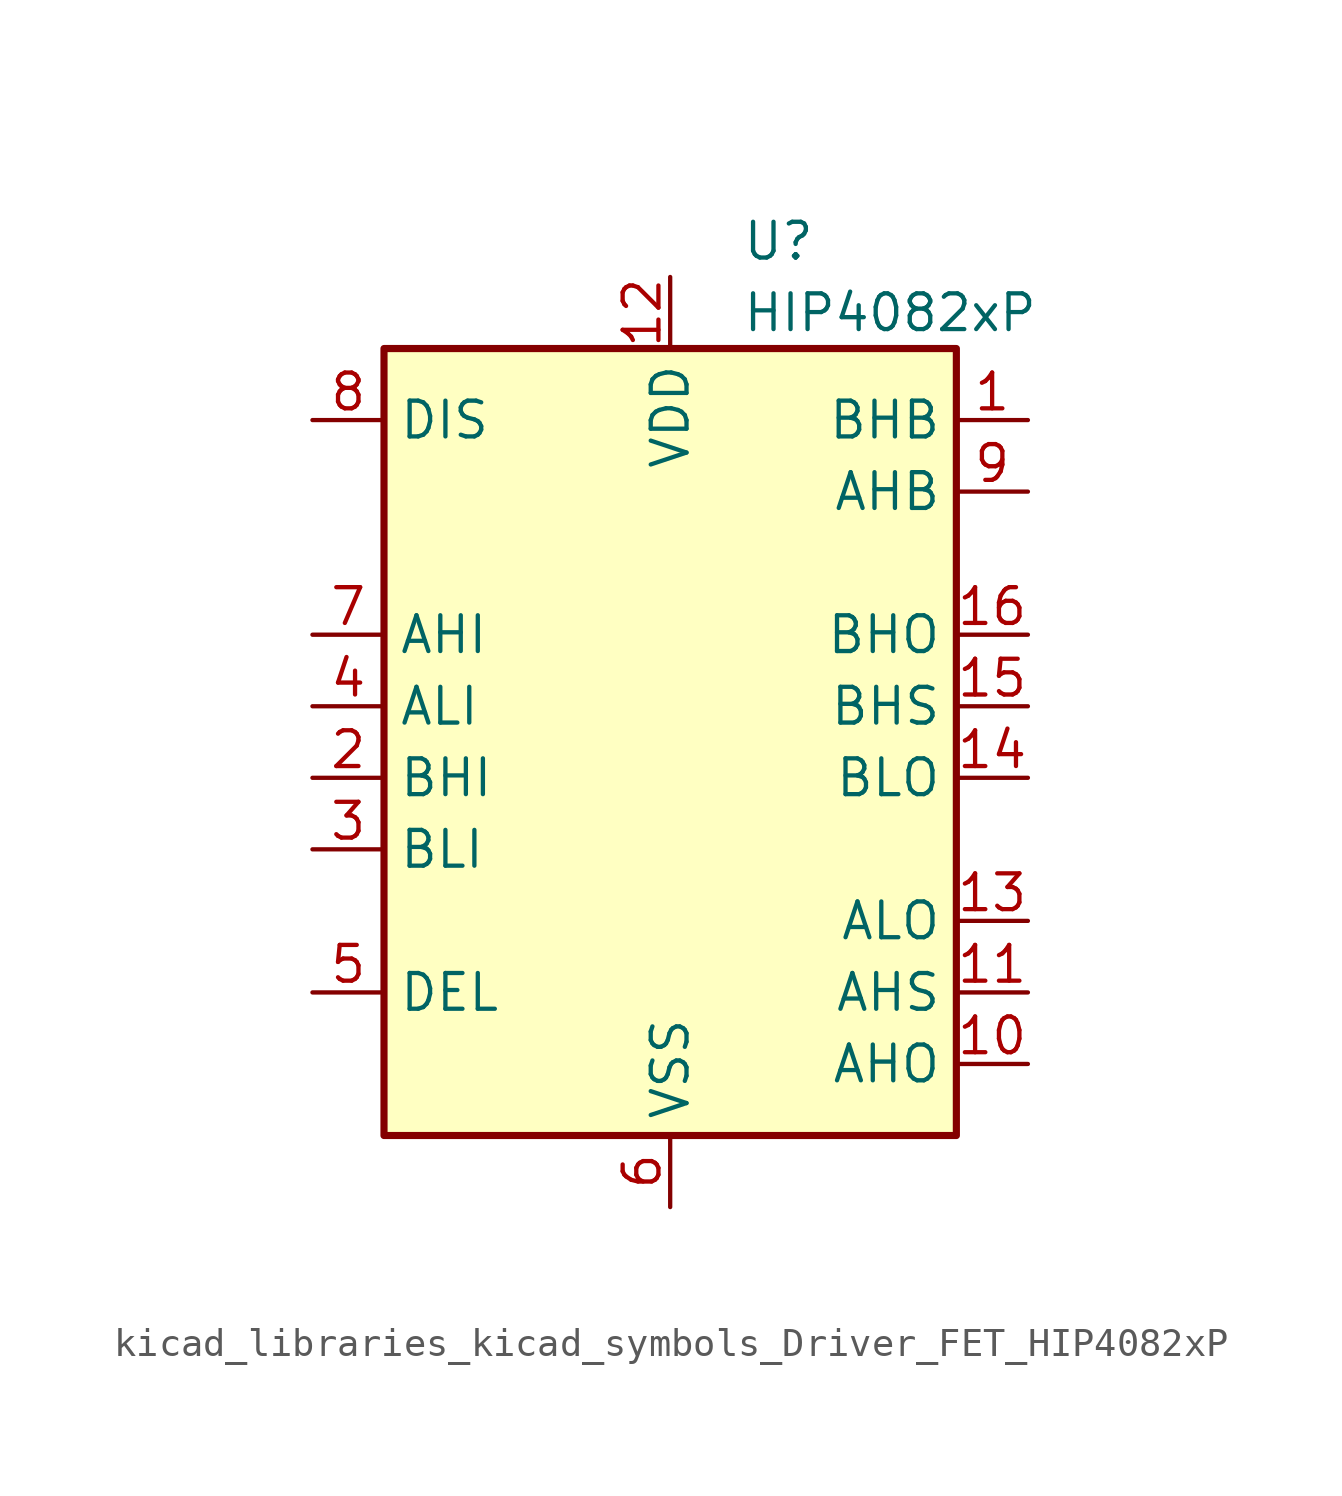
<source format=kicad_sym>
(kicad_symbol_lib
  (version 20220914)
  (generator kicad_symbol_editor)
  (symbol "kicad_libraries_kicad_symbols_Driver_FET_HIP4082xP"
    (property "Reference" "U"
      (at 2.54 16.51 0)
      (effects (font (size 1.27 1.27)) (justify left)))
    (property "Value" "HIP4082xP"
      (at 2.54 13.97 0)
      (effects (font (size 1.27 1.27)) (justify left)))
    (symbol "kicad_libraries_kicad_symbols_Driver_FET_HIP4082xP_0_0"
      (pin passive line (at -12.7 -10.16 0) (length 2.54) (name "DEL" (effects (font (size 1.27 1.27)))) (number "5" (effects (font (size 1.27 1.27))))))
    (symbol "kicad_libraries_kicad_symbols_Driver_FET_HIP4082xP_1_1"
      (rectangle (start -10.16 -15.24) (end 10.16 12.7) (stroke (width 0.254) (type default)) (fill (type background)))
      (pin input line (at 12.7 10.16 180) (length 2.54) (name "BHB" (effects (font (size 1.27 1.27)))) (number "1" (effects (font (size 1.27 1.27)))))
      (pin output line (at 12.7 -12.7 180) (length 2.54) (name "AHO" (effects (font (size 1.27 1.27)))) (number "10" (effects (font (size 1.27 1.27)))))
      (pin passive line (at 12.7 -10.16 180) (length 2.54) (name "AHS" (effects (font (size 1.27 1.27)))) (number "11" (effects (font (size 1.27 1.27)))))
      (pin power_in line (at 0 15.24 270) (length 2.54) (name "VDD" (effects (font (size 1.27 1.27)))) (number "12" (effects (font (size 1.27 1.27)))))
      (pin output line (at 12.7 -7.62 180) (length 2.54) (name "ALO" (effects (font (size 1.27 1.27)))) (number "13" (effects (font (size 1.27 1.27)))))
      (pin output line (at 12.7 -2.54 180) (length 2.54) (name "BLO" (effects (font (size 1.27 1.27)))) (number "14" (effects (font (size 1.27 1.27)))))
      (pin passive line (at 12.7 0 180) (length 2.54) (name "BHS" (effects (font (size 1.27 1.27)))) (number "15" (effects (font (size 1.27 1.27)))))
      (pin output line (at 12.7 2.54 180) (length 2.54) (name "BHO" (effects (font (size 1.27 1.27)))) (number "16" (effects (font (size 1.27 1.27)))))
      (pin input line (at -12.7 -2.54 0) (length 2.54) (name "BHI" (effects (font (size 1.27 1.27)))) (number "2" (effects (font (size 1.27 1.27)))))
      (pin input line (at -12.7 -5.08 0) (length 2.54) (name "BLI" (effects (font (size 1.27 1.27)))) (number "3" (effects (font (size 1.27 1.27)))))
      (pin input line (at -12.7 0 0) (length 2.54) (name "ALI" (effects (font (size 1.27 1.27)))) (number "4" (effects (font (size 1.27 1.27)))))
      (pin power_in line (at 0 -17.78 90) (length 2.54) (name "VSS" (effects (font (size 1.27 1.27)))) (number "6" (effects (font (size 1.27 1.27)))))
      (pin input line (at -12.7 2.54 0) (length 2.54) (name "AHI" (effects (font (size 1.27 1.27)))) (number "7" (effects (font (size 1.27 1.27)))))
      (pin input line (at -12.7 10.16 0) (length 2.54) (name "DIS" (effects (font (size 1.27 1.27)))) (number "8" (effects (font (size 1.27 1.27)))))
      (pin input line (at 12.7 7.62 180) (length 2.54) (name "AHB" (effects (font (size 1.27 1.27)))) (number "9" (effects (font (size 1.27 1.27))))))))
</source>
